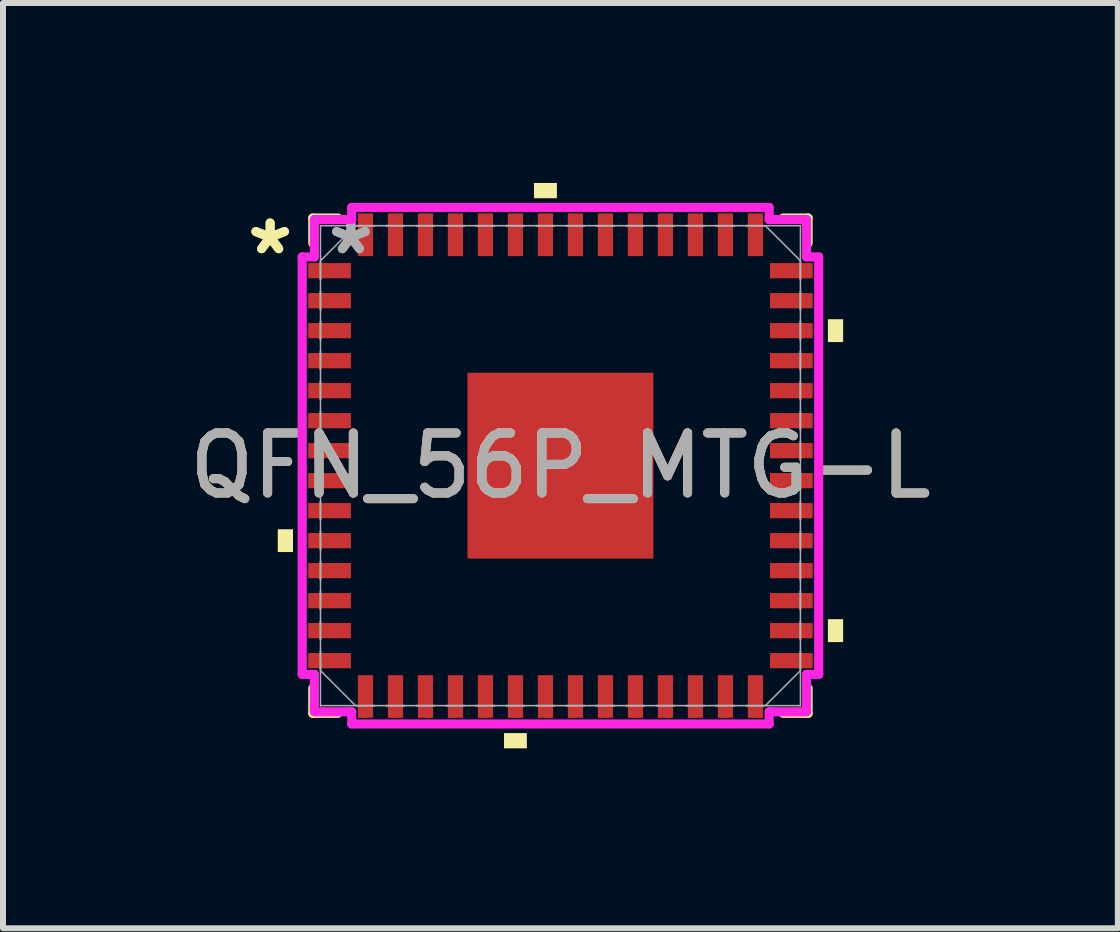
<source format=kicad_pcb>
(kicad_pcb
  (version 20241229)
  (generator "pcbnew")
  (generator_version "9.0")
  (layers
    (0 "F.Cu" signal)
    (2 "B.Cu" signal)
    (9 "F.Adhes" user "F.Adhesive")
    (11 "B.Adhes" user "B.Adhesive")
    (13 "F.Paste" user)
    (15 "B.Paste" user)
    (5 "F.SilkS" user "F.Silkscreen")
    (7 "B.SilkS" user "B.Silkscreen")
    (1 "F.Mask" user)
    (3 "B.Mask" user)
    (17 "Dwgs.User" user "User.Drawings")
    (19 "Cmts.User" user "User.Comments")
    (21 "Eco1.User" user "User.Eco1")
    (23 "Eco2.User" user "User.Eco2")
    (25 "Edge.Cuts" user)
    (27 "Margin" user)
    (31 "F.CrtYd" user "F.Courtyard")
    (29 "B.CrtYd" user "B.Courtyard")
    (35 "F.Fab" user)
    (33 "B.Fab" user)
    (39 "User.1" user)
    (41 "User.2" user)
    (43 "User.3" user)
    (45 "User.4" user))
  (footprint "QFN_56P_MTG-L"
    (layer "F.Cu")
    (at 6.292 4.712)
    (property "Reference" "QFN_56P_MTG-L" (at 0 0 0) (unlocked yes) (layer "F.SilkS") (effects (font (size 1 1) (thickness 0.15))))
    (attr smd)
    (fp_line (start -4.128 -4.128) (end -4.128 -3.71) (stroke (width 0.152) (type solid)) (layer "F.SilkS"))
    (fp_line (start -4.128 3.71) (end -4.128 4.128) (stroke (width 0.152) (type solid)) (layer "F.SilkS"))
    (fp_line (start -4.128 4.128) (end -3.71 4.128) (stroke (width 0.152) (type solid)) (layer "F.SilkS"))
    (fp_line (start -3.71 -4.128) (end -4.128 -4.128) (stroke (width 0.152) (type solid)) (layer "F.SilkS"))
    (fp_line (start 3.71 4.128) (end 4.128 4.128) (stroke (width 0.152) (type solid)) (layer "F.SilkS"))
    (fp_line (start 4.128 -4.128) (end 3.71 -4.128) (stroke (width 0.152) (type solid)) (layer "F.SilkS"))
    (fp_line (start 4.128 -3.71) (end 4.128 -4.128) (stroke (width 0.152) (type solid)) (layer "F.SilkS"))
    (fp_line (start 4.128 4.128) (end 4.128 3.71) (stroke (width 0.152) (type solid)) (layer "F.SilkS"))
    (fp_poly (pts (xy -4.712 1.06) (xy -4.712 1.44) (xy -4.458 1.44) (xy -4.458 1.06)) (stroke (width 0) (type solid)) (fill yes) (layer "F.SilkS"))
    (fp_poly (pts (xy -0.941 4.458) (xy -0.941 4.712) (xy -0.56 4.712) (xy -0.56 4.458)) (stroke (width 0) (type solid)) (fill yes) (layer "F.SilkS"))
    (fp_poly (pts (xy -0.441 -4.458) (xy -0.441 -4.712) (xy -0.059 -4.712) (xy -0.059 -4.458)) (stroke (width 0) (type solid)) (fill yes) (layer "F.SilkS"))
    (fp_poly (pts (xy 4.712 -2.441) (xy 4.712 -2.06) (xy 4.458 -2.06) (xy 4.458 -2.441)) (stroke (width 0) (type solid)) (fill yes) (layer "F.SilkS"))
    (fp_poly (pts (xy 4.712 2.559) (xy 4.712 2.941) (xy 4.458 2.941) (xy 4.458 2.559)) (stroke (width 0) (type solid)) (fill yes) (layer "F.SilkS"))
    (fp_poly (pts (xy -1.449 -1.449) (xy -1.449 -0.1) (xy -0.1 -0.1) (xy -0.1 -1.449)) (stroke (width 0) (type solid)) (fill yes) (layer "F.Paste"))
    (fp_poly (pts (xy -1.449 0.1) (xy -1.449 1.449) (xy -0.1 1.449) (xy -0.1 0.1)) (stroke (width 0) (type solid)) (fill yes) (layer "F.Paste"))
    (fp_poly (pts (xy 0.1 -1.449) (xy 0.1 -0.1) (xy 1.449 -0.1) (xy 1.449 -1.449)) (stroke (width 0) (type solid)) (fill yes) (layer "F.Paste"))
    (fp_poly (pts (xy 0.1 0.1) (xy 0.1 1.449) (xy 1.449 1.449) (xy 1.449 0.1)) (stroke (width 0) (type solid)) (fill yes) (layer "F.Paste"))
    (fp_line (start -4.305 -3.479) (end -4.102 -3.479) (stroke (width 0.152) (type solid)) (layer "F.CrtYd"))
    (fp_line (start -4.305 3.479) (end -4.305 -3.479) (stroke (width 0.152) (type solid)) (layer "F.CrtYd"))
    (fp_line (start -4.102 -4.102) (end -3.479 -4.102) (stroke (width 0.152) (type solid)) (layer "F.CrtYd"))
    (fp_line (start -4.102 -3.479) (end -4.102 -4.102) (stroke (width 0.152) (type solid)) (layer "F.CrtYd"))
    (fp_line (start -4.102 3.479) (end -4.305 3.479) (stroke (width 0.152) (type solid)) (layer "F.CrtYd"))
    (fp_line (start -4.102 4.102) (end -4.102 3.479) (stroke (width 0.152) (type solid)) (layer "F.CrtYd"))
    (fp_line (start -3.479 -4.305) (end 3.479 -4.305) (stroke (width 0.152) (type solid)) (layer "F.CrtYd"))
    (fp_line (start -3.479 -4.102) (end -3.479 -4.305) (stroke (width 0.152) (type solid)) (layer "F.CrtYd"))
    (fp_line (start -3.479 4.102) (end -4.102 4.102) (stroke (width 0.152) (type solid)) (layer "F.CrtYd"))
    (fp_line (start -3.479 4.305) (end -3.479 4.102) (stroke (width 0.152) (type solid)) (layer "F.CrtYd"))
    (fp_line (start 3.479 -4.305) (end 3.479 -4.102) (stroke (width 0.152) (type solid)) (layer "F.CrtYd"))
    (fp_line (start 3.479 -4.102) (end 4.102 -4.102) (stroke (width 0.152) (type solid)) (layer "F.CrtYd"))
    (fp_line (start 3.479 4.102) (end 3.479 4.305) (stroke (width 0.152) (type solid)) (layer "F.CrtYd"))
    (fp_line (start 3.479 4.305) (end -3.479 4.305) (stroke (width 0.152) (type solid)) (layer "F.CrtYd"))
    (fp_line (start 4.102 -4.102) (end 4.102 -3.479) (stroke (width 0.152) (type solid)) (layer "F.CrtYd"))
    (fp_line (start 4.102 -3.479) (end 4.305 -3.479) (stroke (width 0.152) (type solid)) (layer "F.CrtYd"))
    (fp_line (start 4.102 3.479) (end 4.102 4.102) (stroke (width 0.152) (type solid)) (layer "F.CrtYd"))
    (fp_line (start 4.102 4.102) (end 3.479 4.102) (stroke (width 0.152) (type solid)) (layer "F.CrtYd"))
    (fp_line (start 4.305 -3.479) (end 4.305 3.479) (stroke (width 0.152) (type solid)) (layer "F.CrtYd"))
    (fp_line (start 4.305 3.479) (end 4.102 3.479) (stroke (width 0.152) (type solid)) (layer "F.CrtYd"))
    (fp_line (start -4 -4) (end -4 -4) (stroke (width 0.025) (type solid)) (layer "F.Fab"))
    (fp_line (start -4 -4) (end -4 4) (stroke (width 0.025) (type solid)) (layer "F.Fab"))
    (fp_line (start -4 -3.416) (end -3.416 -4) (stroke (width 0.025) (type solid)) (layer "F.Fab"))
    (fp_line (start -4 -3.402) (end -4 -3.402) (stroke (width 0.025) (type solid)) (layer "F.Fab"))
    (fp_line (start -4 -3.402) (end -4 -3.098) (stroke (width 0.025) (type solid)) (layer "F.Fab"))
    (fp_line (start -4 -3.098) (end -4 -3.402) (stroke (width 0.025) (type solid)) (layer "F.Fab"))
    (fp_line (start -4 -3.098) (end -4 -3.098) (stroke (width 0.025) (type solid)) (layer "F.Fab"))
    (fp_line (start -4 -2.902) (end -4 -2.902) (stroke (width 0.025) (type solid)) (layer "F.Fab"))
    (fp_line (start -4 -2.902) (end -4 -2.598) (stroke (width 0.025) (type solid)) (layer "F.Fab"))
    (fp_line (start -4 -2.598) (end -4 -2.902) (stroke (width 0.025) (type solid)) (layer "F.Fab"))
    (fp_line (start -4 -2.598) (end -4 -2.598) (stroke (width 0.025) (type solid)) (layer "F.Fab"))
    (fp_line (start -4 -2.402) (end -4 -2.402) (stroke (width 0.025) (type solid)) (layer "F.Fab"))
    (fp_line (start -4 -2.402) (end -4 -2.098) (stroke (width 0.025) (type solid)) (layer "F.Fab"))
    (fp_line (start -4 -2.098) (end -4 -2.402) (stroke (width 0.025) (type solid)) (layer "F.Fab"))
    (fp_line (start -4 -2.098) (end -4 -2.098) (stroke (width 0.025) (type solid)) (layer "F.Fab"))
    (fp_line (start -4 -1.902) (end -4 -1.902) (stroke (width 0.025) (type solid)) (layer "F.Fab"))
    (fp_line (start -4 -1.902) (end -4 -1.598) (stroke (width 0.025) (type solid)) (layer "F.Fab"))
    (fp_line (start -4 -1.598) (end -4 -1.902) (stroke (width 0.025) (type solid)) (layer "F.Fab"))
    (fp_line (start -4 -1.598) (end -4 -1.598) (stroke (width 0.025) (type solid)) (layer "F.Fab"))
    (fp_line (start -4 -1.402) (end -4 -1.402) (stroke (width 0.025) (type solid)) (layer "F.Fab"))
    (fp_line (start -4 -1.402) (end -4 -1.098) (stroke (width 0.025) (type solid)) (layer "F.Fab"))
    (fp_line (start -4 -1.098) (end -4 -1.402) (stroke (width 0.025) (type solid)) (layer "F.Fab"))
    (fp_line (start -4 -1.098) (end -4 -1.098) (stroke (width 0.025) (type solid)) (layer "F.Fab"))
    (fp_line (start -4 -0.902) (end -4 -0.902) (stroke (width 0.025) (type solid)) (layer "F.Fab"))
    (fp_line (start -4 -0.902) (end -4 -0.598) (stroke (width 0.025) (type solid)) (layer "F.Fab"))
    (fp_line (start -4 -0.598) (end -4 -0.902) (stroke (width 0.025) (type solid)) (layer "F.Fab"))
    (fp_line (start -4 -0.598) (end -4 -0.598) (stroke (width 0.025) (type solid)) (layer "F.Fab"))
    (fp_line (start -4 -0.402) (end -4 -0.402) (stroke (width 0.025) (type solid)) (layer "F.Fab"))
    (fp_line (start -4 -0.402) (end -4 -0.098) (stroke (width 0.025) (type solid)) (layer "F.Fab"))
    (fp_line (start -4 -0.098) (end -4 -0.402) (stroke (width 0.025) (type solid)) (layer "F.Fab"))
    (fp_line (start -4 -0.098) (end -4 -0.098) (stroke (width 0.025) (type solid)) (layer "F.Fab"))
    (fp_line (start -4 0.098) (end -4 0.098) (stroke (width 0.025) (type solid)) (layer "F.Fab"))
    (fp_line (start -4 0.098) (end -4 0.402) (stroke (width 0.025) (type solid)) (layer "F.Fab"))
    (fp_line (start -4 0.402) (end -4 0.098) (stroke (width 0.025) (type solid)) (layer "F.Fab"))
    (fp_line (start -4 0.402) (end -4 0.402) (stroke (width 0.025) (type solid)) (layer "F.Fab"))
    (fp_line (start -4 0.598) (end -4 0.598) (stroke (width 0.025) (type solid)) (layer "F.Fab"))
    (fp_line (start -4 0.598) (end -4 0.902) (stroke (width 0.025) (type solid)) (layer "F.Fab"))
    (fp_line (start -4 0.902) (end -4 0.598) (stroke (width 0.025) (type solid)) (layer "F.Fab"))
    (fp_line (start -4 0.902) (end -4 0.902) (stroke (width 0.025) (type solid)) (layer "F.Fab"))
    (fp_line (start -4 1.098) (end -4 1.098) (stroke (width 0.025) (type solid)) (layer "F.Fab"))
    (fp_line (start -4 1.098) (end -4 1.402) (stroke (width 0.025) (type solid)) (layer "F.Fab"))
    (fp_line (start -4 1.402) (end -4 1.098) (stroke (width 0.025) (type solid)) (layer "F.Fab"))
    (fp_line (start -4 1.402) (end -4 1.402) (stroke (width 0.025) (type solid)) (layer "F.Fab"))
    (fp_line (start -4 1.598) (end -4 1.598) (stroke (width 0.025) (type solid)) (layer "F.Fab"))
    (fp_line (start -4 1.598) (end -4 1.902) (stroke (width 0.025) (type solid)) (layer "F.Fab"))
    (fp_line (start -4 1.902) (end -4 1.598) (stroke (width 0.025) (type solid)) (layer "F.Fab"))
    (fp_line (start -4 1.902) (end -4 1.902) (stroke (width 0.025) (type solid)) (layer "F.Fab"))
    (fp_line (start -4 2.098) (end -4 2.098) (stroke (width 0.025) (type solid)) (layer "F.Fab"))
    (fp_line (start -4 2.098) (end -4 2.402) (stroke (width 0.025) (type solid)) (layer "F.Fab"))
    (fp_line (start -4 2.402) (end -4 2.098) (stroke (width 0.025) (type solid)) (layer "F.Fab"))
    (fp_line (start -4 2.402) (end -4 2.402) (stroke (width 0.025) (type solid)) (layer "F.Fab"))
    (fp_line (start -4 2.598) (end -4 2.598) (stroke (width 0.025) (type solid)) (layer "F.Fab"))
    (fp_line (start -4 2.598) (end -4 2.902) (stroke (width 0.025) (type solid)) (layer "F.Fab"))
    (fp_line (start -4 2.902) (end -4 2.598) (stroke (width 0.025) (type solid)) (layer "F.Fab"))
    (fp_line (start -4 2.902) (end -4 2.902) (stroke (width 0.025) (type solid)) (layer "F.Fab"))
    (fp_line (start -4 3.098) (end -4 3.098) (stroke (width 0.025) (type solid)) (layer "F.Fab"))
    (fp_line (start -4 3.098) (end -4 3.402) (stroke (width 0.025) (type solid)) (layer "F.Fab"))
    (fp_line (start -4 3.402) (end -4 3.098) (stroke (width 0.025) (type solid)) (layer "F.Fab"))
    (fp_line (start -4 3.402) (end -4 3.402) (stroke (width 0.025) (type solid)) (layer "F.Fab"))
    (fp_line (start -4 4) (end -4 4) (stroke (width 0.025) (type solid)) (layer "F.Fab"))
    (fp_line (start -4 4) (end 4 4) (stroke (width 0.025) (type solid)) (layer "F.Fab"))
    (fp_line (start -3.416 4) (end -4 3.416) (stroke (width 0.025) (type solid)) (layer "F.Fab"))
    (fp_line (start -3.402 -4) (end -3.402 -4) (stroke (width 0.025) (type solid)) (layer "F.Fab"))
    (fp_line (start -3.402 -4) (end -3.098 -4) (stroke (width 0.025) (type solid)) (layer "F.Fab"))
    (fp_line (start -3.402 4) (end -3.402 4) (stroke (width 0.025) (type solid)) (layer "F.Fab"))
    (fp_line (start -3.402 4) (end -3.098 4) (stroke (width 0.025) (type solid)) (layer "F.Fab"))
    (fp_line (start -3.098 -4) (end -3.402 -4) (stroke (width 0.025) (type solid)) (layer "F.Fab"))
    (fp_line (start -3.098 -4) (end -3.098 -4) (stroke (width 0.025) (type solid)) (layer "F.Fab"))
    (fp_line (start -3.098 4) (end -3.402 4) (stroke (width 0.025) (type solid)) (layer "F.Fab"))
    (fp_line (start -3.098 4) (end -3.098 4) (stroke (width 0.025) (type solid)) (layer "F.Fab"))
    (fp_line (start -2.902 -4) (end -2.902 -4) (stroke (width 0.025) (type solid)) (layer "F.Fab"))
    (fp_line (start -2.902 -4) (end -2.598 -4) (stroke (width 0.025) (type solid)) (layer "F.Fab"))
    (fp_line (start -2.902 4) (end -2.902 4) (stroke (width 0.025) (type solid)) (layer "F.Fab"))
    (fp_line (start -2.902 4) (end -2.598 4) (stroke (width 0.025) (type solid)) (layer "F.Fab"))
    (fp_line (start -2.598 -4) (end -2.902 -4) (stroke (width 0.025) (type solid)) (layer "F.Fab"))
    (fp_line (start -2.598 -4) (end -2.598 -4) (stroke (width 0.025) (type solid)) (layer "F.Fab"))
    (fp_line (start -2.598 4) (end -2.902 4) (stroke (width 0.025) (type solid)) (layer "F.Fab"))
    (fp_line (start -2.598 4) (end -2.598 4) (stroke (width 0.025) (type solid)) (layer "F.Fab"))
    (fp_line (start -2.402 -4) (end -2.402 -4) (stroke (width 0.025) (type solid)) (layer "F.Fab"))
    (fp_line (start -2.402 -4) (end -2.098 -4) (stroke (width 0.025) (type solid)) (layer "F.Fab"))
    (fp_line (start -2.402 4) (end -2.402 4) (stroke (width 0.025) (type solid)) (layer "F.Fab"))
    (fp_line (start -2.402 4) (end -2.098 4) (stroke (width 0.025) (type solid)) (layer "F.Fab"))
    (fp_line (start -2.098 -4) (end -2.402 -4) (stroke (width 0.025) (type solid)) (layer "F.Fab"))
    (fp_line (start -2.098 -4) (end -2.098 -4) (stroke (width 0.025) (type solid)) (layer "F.Fab"))
    (fp_line (start -2.098 4) (end -2.402 4) (stroke (width 0.025) (type solid)) (layer "F.Fab"))
    (fp_line (start -2.098 4) (end -2.098 4) (stroke (width 0.025) (type solid)) (layer "F.Fab"))
    (fp_line (start -1.902 -4) (end -1.902 -4) (stroke (width 0.025) (type solid)) (layer "F.Fab"))
    (fp_line (start -1.902 -4) (end -1.598 -4) (stroke (width 0.025) (type solid)) (layer "F.Fab"))
    (fp_line (start -1.902 4) (end -1.902 4) (stroke (width 0.025) (type solid)) (layer "F.Fab"))
    (fp_line (start -1.902 4) (end -1.598 4) (stroke (width 0.025) (type solid)) (layer "F.Fab"))
    (fp_line (start -1.598 -4) (end -1.902 -4) (stroke (width 0.025) (type solid)) (layer "F.Fab"))
    (fp_line (start -1.598 -4) (end -1.598 -4) (stroke (width 0.025) (type solid)) (layer "F.Fab"))
    (fp_line (start -1.598 4) (end -1.902 4) (stroke (width 0.025) (type solid)) (layer "F.Fab"))
    (fp_line (start -1.598 4) (end -1.598 4) (stroke (width 0.025) (type solid)) (layer "F.Fab"))
    (fp_line (start -1.402 -4) (end -1.402 -4) (stroke (width 0.025) (type solid)) (layer "F.Fab"))
    (fp_line (start -1.402 -4) (end -1.098 -4) (stroke (width 0.025) (type solid)) (layer "F.Fab"))
    (fp_line (start -1.402 4) (end -1.402 4) (stroke (width 0.025) (type solid)) (layer "F.Fab"))
    (fp_line (start -1.402 4) (end -1.098 4) (stroke (width 0.025) (type solid)) (layer "F.Fab"))
    (fp_line (start -1.098 -4) (end -1.402 -4) (stroke (width 0.025) (type solid)) (layer "F.Fab"))
    (fp_line (start -1.098 -4) (end -1.098 -4) (stroke (width 0.025) (type solid)) (layer "F.Fab"))
    (fp_line (start -1.098 4) (end -1.402 4) (stroke (width 0.025) (type solid)) (layer "F.Fab"))
    (fp_line (start -1.098 4) (end -1.098 4) (stroke (width 0.025) (type solid)) (layer "F.Fab"))
    (fp_line (start -0.902 -4) (end -0.902 -4) (stroke (width 0.025) (type solid)) (layer "F.Fab"))
    (fp_line (start -0.902 -4) (end -0.598 -4) (stroke (width 0.025) (type solid)) (layer "F.Fab"))
    (fp_line (start -0.902 4) (end -0.902 4) (stroke (width 0.025) (type solid)) (layer "F.Fab"))
    (fp_line (start -0.902 4) (end -0.598 4) (stroke (width 0.025) (type solid)) (layer "F.Fab"))
    (fp_line (start -0.598 -4) (end -0.902 -4) (stroke (width 0.025) (type solid)) (layer "F.Fab"))
    (fp_line (start -0.598 -4) (end -0.598 -4) (stroke (width 0.025) (type solid)) (layer "F.Fab"))
    (fp_line (start -0.598 4) (end -0.902 4) (stroke (width 0.025) (type solid)) (layer "F.Fab"))
    (fp_line (start -0.598 4) (end -0.598 4) (stroke (width 0.025) (type solid)) (layer "F.Fab"))
    (fp_line (start -0.402 -4) (end -0.402 -4) (stroke (width 0.025) (type solid)) (layer "F.Fab"))
    (fp_line (start -0.402 -4) (end -0.098 -4) (stroke (width 0.025) (type solid)) (layer "F.Fab"))
    (fp_line (start -0.402 4) (end -0.402 4) (stroke (width 0.025) (type solid)) (layer "F.Fab"))
    (fp_line (start -0.402 4) (end -0.098 4) (stroke (width 0.025) (type solid)) (layer "F.Fab"))
    (fp_line (start -0.098 -4) (end -0.402 -4) (stroke (width 0.025) (type solid)) (layer "F.Fab"))
    (fp_line (start -0.098 -4) (end -0.098 -4) (stroke (width 0.025) (type solid)) (layer "F.Fab"))
    (fp_line (start -0.098 4) (end -0.402 4) (stroke (width 0.025) (type solid)) (layer "F.Fab"))
    (fp_line (start -0.098 4) (end -0.098 4) (stroke (width 0.025) (type solid)) (layer "F.Fab"))
    (fp_line (start 0.098 -4) (end 0.098 -4) (stroke (width 0.025) (type solid)) (layer "F.Fab"))
    (fp_line (start 0.098 -4) (end 0.402 -4) (stroke (width 0.025) (type solid)) (layer "F.Fab"))
    (fp_line (start 0.098 4) (end 0.098 4) (stroke (width 0.025) (type solid)) (layer "F.Fab"))
    (fp_line (start 0.098 4) (end 0.402 4) (stroke (width 0.025) (type solid)) (layer "F.Fab"))
    (fp_line (start 0.402 -4) (end 0.098 -4) (stroke (width 0.025) (type solid)) (layer "F.Fab"))
    (fp_line (start 0.402 -4) (end 0.402 -4) (stroke (width 0.025) (type solid)) (layer "F.Fab"))
    (fp_line (start 0.402 4) (end 0.098 4) (stroke (width 0.025) (type solid)) (layer "F.Fab"))
    (fp_line (start 0.402 4) (end 0.402 4) (stroke (width 0.025) (type solid)) (layer "F.Fab"))
    (fp_line (start 0.598 -4) (end 0.598 -4) (stroke (width 0.025) (type solid)) (layer "F.Fab"))
    (fp_line (start 0.598 -4) (end 0.902 -4) (stroke (width 0.025) (type solid)) (layer "F.Fab"))
    (fp_line (start 0.598 4) (end 0.598 4) (stroke (width 0.025) (type solid)) (layer "F.Fab"))
    (fp_line (start 0.598 4) (end 0.902 4) (stroke (width 0.025) (type solid)) (layer "F.Fab"))
    (fp_line (start 0.902 -4) (end 0.598 -4) (stroke (width 0.025) (type solid)) (layer "F.Fab"))
    (fp_line (start 0.902 -4) (end 0.902 -4) (stroke (width 0.025) (type solid)) (layer "F.Fab"))
    (fp_line (start 0.902 4) (end 0.598 4) (stroke (width 0.025) (type solid)) (layer "F.Fab"))
    (fp_line (start 0.902 4) (end 0.902 4) (stroke (width 0.025) (type solid)) (layer "F.Fab"))
    (fp_line (start 1.098 -4) (end 1.098 -4) (stroke (width 0.025) (type solid)) (layer "F.Fab"))
    (fp_line (start 1.098 -4) (end 1.402 -4) (stroke (width 0.025) (type solid)) (layer "F.Fab"))
    (fp_line (start 1.098 4) (end 1.098 4) (stroke (width 0.025) (type solid)) (layer "F.Fab"))
    (fp_line (start 1.098 4) (end 1.402 4) (stroke (width 0.025) (type solid)) (layer "F.Fab"))
    (fp_line (start 1.402 -4) (end 1.098 -4) (stroke (width 0.025) (type solid)) (layer "F.Fab"))
    (fp_line (start 1.402 -4) (end 1.402 -4) (stroke (width 0.025) (type solid)) (layer "F.Fab"))
    (fp_line (start 1.402 4) (end 1.098 4) (stroke (width 0.025) (type solid)) (layer "F.Fab"))
    (fp_line (start 1.402 4) (end 1.402 4) (stroke (width 0.025) (type solid)) (layer "F.Fab"))
    (fp_line (start 1.598 -4) (end 1.598 -4) (stroke (width 0.025) (type solid)) (layer "F.Fab"))
    (fp_line (start 1.598 -4) (end 1.902 -4) (stroke (width 0.025) (type solid)) (layer "F.Fab"))
    (fp_line (start 1.598 4) (end 1.598 4) (stroke (width 0.025) (type solid)) (layer "F.Fab"))
    (fp_line (start 1.598 4) (end 1.902 4) (stroke (width 0.025) (type solid)) (layer "F.Fab"))
    (fp_line (start 1.902 -4) (end 1.598 -4) (stroke (width 0.025) (type solid)) (layer "F.Fab"))
    (fp_line (start 1.902 -4) (end 1.902 -4) (stroke (width 0.025) (type solid)) (layer "F.Fab"))
    (fp_line (start 1.902 4) (end 1.598 4) (stroke (width 0.025) (type solid)) (layer "F.Fab"))
    (fp_line (start 1.902 4) (end 1.902 4) (stroke (width 0.025) (type solid)) (layer "F.Fab"))
    (fp_line (start 2.098 -4) (end 2.098 -4) (stroke (width 0.025) (type solid)) (layer "F.Fab"))
    (fp_line (start 2.098 -4) (end 2.402 -4) (stroke (width 0.025) (type solid)) (layer "F.Fab"))
    (fp_line (start 2.098 4) (end 2.098 4) (stroke (width 0.025) (type solid)) (layer "F.Fab"))
    (fp_line (start 2.098 4) (end 2.402 4) (stroke (width 0.025) (type solid)) (layer "F.Fab"))
    (fp_line (start 2.402 -4) (end 2.098 -4) (stroke (width 0.025) (type solid)) (layer "F.Fab"))
    (fp_line (start 2.402 -4) (end 2.402 -4) (stroke (width 0.025) (type solid)) (layer "F.Fab"))
    (fp_line (start 2.402 4) (end 2.098 4) (stroke (width 0.025) (type solid)) (layer "F.Fab"))
    (fp_line (start 2.402 4) (end 2.402 4) (stroke (width 0.025) (type solid)) (layer "F.Fab"))
    (fp_line (start 2.598 -4) (end 2.598 -4) (stroke (width 0.025) (type solid)) (layer "F.Fab"))
    (fp_line (start 2.598 -4) (end 2.902 -4) (stroke (width 0.025) (type solid)) (layer "F.Fab"))
    (fp_line (start 2.598 4) (end 2.598 4) (stroke (width 0.025) (type solid)) (layer "F.Fab"))
    (fp_line (start 2.598 4) (end 2.902 4) (stroke (width 0.025) (type solid)) (layer "F.Fab"))
    (fp_line (start 2.902 -4) (end 2.598 -4) (stroke (width 0.025) (type solid)) (layer "F.Fab"))
    (fp_line (start 2.902 -4) (end 2.902 -4) (stroke (width 0.025) (type solid)) (layer "F.Fab"))
    (fp_line (start 2.902 4) (end 2.598 4) (stroke (width 0.025) (type solid)) (layer "F.Fab"))
    (fp_line (start 2.902 4) (end 2.902 4) (stroke (width 0.025) (type solid)) (layer "F.Fab"))
    (fp_line (start 3.098 -4) (end 3.098 -4) (stroke (width 0.025) (type solid)) (layer "F.Fab"))
    (fp_line (start 3.098 -4) (end 3.402 -4) (stroke (width 0.025) (type solid)) (layer "F.Fab"))
    (fp_line (start 3.098 4) (end 3.098 4) (stroke (width 0.025) (type solid)) (layer "F.Fab"))
    (fp_line (start 3.098 4) (end 3.402 4) (stroke (width 0.025) (type solid)) (layer "F.Fab"))
    (fp_line (start 3.402 -4) (end 3.098 -4) (stroke (width 0.025) (type solid)) (layer "F.Fab"))
    (fp_line (start 3.402 -4) (end 3.402 -4) (stroke (width 0.025) (type solid)) (layer "F.Fab"))
    (fp_line (start 3.402 4) (end 3.098 4) (stroke (width 0.025) (type solid)) (layer "F.Fab"))
    (fp_line (start 3.402 4) (end 3.402 4) (stroke (width 0.025) (type solid)) (layer "F.Fab"))
    (fp_line (start 3.416 -4) (end 4 -3.416) (stroke (width 0.025) (type solid)) (layer "F.Fab"))
    (fp_line (start 3.416 4) (end 4 3.416) (stroke (width 0.025) (type solid)) (layer "F.Fab"))
    (fp_line (start 4 -4) (end -4 -4) (stroke (width 0.025) (type solid)) (layer "F.Fab"))
    (fp_line (start 4 -4) (end 4 -4) (stroke (width 0.025) (type solid)) (layer "F.Fab"))
    (fp_line (start 4 -3.402) (end 4 -3.402) (stroke (width 0.025) (type solid)) (layer "F.Fab"))
    (fp_line (start 4 -3.402) (end 4 -3.098) (stroke (width 0.025) (type solid)) (layer "F.Fab"))
    (fp_line (start 4 -3.098) (end 4 -3.402) (stroke (width 0.025) (type solid)) (layer "F.Fab"))
    (fp_line (start 4 -3.098) (end 4 -3.098) (stroke (width 0.025) (type solid)) (layer "F.Fab"))
    (fp_line (start 4 -2.902) (end 4 -2.902) (stroke (width 0.025) (type solid)) (layer "F.Fab"))
    (fp_line (start 4 -2.902) (end 4 -2.598) (stroke (width 0.025) (type solid)) (layer "F.Fab"))
    (fp_line (start 4 -2.598) (end 4 -2.902) (stroke (width 0.025) (type solid)) (layer "F.Fab"))
    (fp_line (start 4 -2.598) (end 4 -2.598) (stroke (width 0.025) (type solid)) (layer "F.Fab"))
    (fp_line (start 4 -2.402) (end 4 -2.402) (stroke (width 0.025) (type solid)) (layer "F.Fab"))
    (fp_line (start 4 -2.402) (end 4 -2.098) (stroke (width 0.025) (type solid)) (layer "F.Fab"))
    (fp_line (start 4 -2.098) (end 4 -2.402) (stroke (width 0.025) (type solid)) (layer "F.Fab"))
    (fp_line (start 4 -2.098) (end 4 -2.098) (stroke (width 0.025) (type solid)) (layer "F.Fab"))
    (fp_line (start 4 -1.902) (end 4 -1.902) (stroke (width 0.025) (type solid)) (layer "F.Fab"))
    (fp_line (start 4 -1.902) (end 4 -1.598) (stroke (width 0.025) (type solid)) (layer "F.Fab"))
    (fp_line (start 4 -1.598) (end 4 -1.902) (stroke (width 0.025) (type solid)) (layer "F.Fab"))
    (fp_line (start 4 -1.598) (end 4 -1.598) (stroke (width 0.025) (type solid)) (layer "F.Fab"))
    (fp_line (start 4 -1.402) (end 4 -1.402) (stroke (width 0.025) (type solid)) (layer "F.Fab"))
    (fp_line (start 4 -1.402) (end 4 -1.098) (stroke (width 0.025) (type solid)) (layer "F.Fab"))
    (fp_line (start 4 -1.098) (end 4 -1.402) (stroke (width 0.025) (type solid)) (layer "F.Fab"))
    (fp_line (start 4 -1.098) (end 4 -1.098) (stroke (width 0.025) (type solid)) (layer "F.Fab"))
    (fp_line (start 4 -0.902) (end 4 -0.902) (stroke (width 0.025) (type solid)) (layer "F.Fab"))
    (fp_line (start 4 -0.902) (end 4 -0.598) (stroke (width 0.025) (type solid)) (layer "F.Fab"))
    (fp_line (start 4 -0.598) (end 4 -0.902) (stroke (width 0.025) (type solid)) (layer "F.Fab"))
    (fp_line (start 4 -0.598) (end 4 -0.598) (stroke (width 0.025) (type solid)) (layer "F.Fab"))
    (fp_line (start 4 -0.402) (end 4 -0.402) (stroke (width 0.025) (type solid)) (layer "F.Fab"))
    (fp_line (start 4 -0.402) (end 4 -0.098) (stroke (width 0.025) (type solid)) (layer "F.Fab"))
    (fp_line (start 4 -0.098) (end 4 -0.402) (stroke (width 0.025) (type solid)) (layer "F.Fab"))
    (fp_line (start 4 -0.098) (end 4 -0.098) (stroke (width 0.025) (type solid)) (layer "F.Fab"))
    (fp_line (start 4 0.098) (end 4 0.098) (stroke (width 0.025) (type solid)) (layer "F.Fab"))
    (fp_line (start 4 0.098) (end 4 0.402) (stroke (width 0.025) (type solid)) (layer "F.Fab"))
    (fp_line (start 4 0.402) (end 4 0.098) (stroke (width 0.025) (type solid)) (layer "F.Fab"))
    (fp_line (start 4 0.402) (end 4 0.402) (stroke (width 0.025) (type solid)) (layer "F.Fab"))
    (fp_line (start 4 0.598) (end 4 0.598) (stroke (width 0.025) (type solid)) (layer "F.Fab"))
    (fp_line (start 4 0.598) (end 4 0.902) (stroke (width 0.025) (type solid)) (layer "F.Fab"))
    (fp_line (start 4 0.902) (end 4 0.598) (stroke (width 0.025) (type solid)) (layer "F.Fab"))
    (fp_line (start 4 0.902) (end 4 0.902) (stroke (width 0.025) (type solid)) (layer "F.Fab"))
    (fp_line (start 4 1.098) (end 4 1.098) (stroke (width 0.025) (type solid)) (layer "F.Fab"))
    (fp_line (start 4 1.098) (end 4 1.402) (stroke (width 0.025) (type solid)) (layer "F.Fab"))
    (fp_line (start 4 1.402) (end 4 1.098) (stroke (width 0.025) (type solid)) (layer "F.Fab"))
    (fp_line (start 4 1.402) (end 4 1.402) (stroke (width 0.025) (type solid)) (layer "F.Fab"))
    (fp_line (start 4 1.598) (end 4 1.598) (stroke (width 0.025) (type solid)) (layer "F.Fab"))
    (fp_line (start 4 1.598) (end 4 1.902) (stroke (width 0.025) (type solid)) (layer "F.Fab"))
    (fp_line (start 4 1.902) (end 4 1.598) (stroke (width 0.025) (type solid)) (layer "F.Fab"))
    (fp_line (start 4 1.902) (end 4 1.902) (stroke (width 0.025) (type solid)) (layer "F.Fab"))
    (fp_line (start 4 2.098) (end 4 2.098) (stroke (width 0.025) (type solid)) (layer "F.Fab"))
    (fp_line (start 4 2.098) (end 4 2.402) (stroke (width 0.025) (type solid)) (layer "F.Fab"))
    (fp_line (start 4 2.402) (end 4 2.098) (stroke (width 0.025) (type solid)) (layer "F.Fab"))
    (fp_line (start 4 2.402) (end 4 2.402) (stroke (width 0.025) (type solid)) (layer "F.Fab"))
    (fp_line (start 4 2.598) (end 4 2.598) (stroke (width 0.025) (type solid)) (layer "F.Fab"))
    (fp_line (start 4 2.598) (end 4 2.902) (stroke (width 0.025) (type solid)) (layer "F.Fab"))
    (fp_line (start 4 2.902) (end 4 2.598) (stroke (width 0.025) (type solid)) (layer "F.Fab"))
    (fp_line (start 4 2.902) (end 4 2.902) (stroke (width 0.025) (type solid)) (layer "F.Fab"))
    (fp_line (start 4 3.098) (end 4 3.098) (stroke (width 0.025) (type solid)) (layer "F.Fab"))
    (fp_line (start 4 3.098) (end 4 3.402) (stroke (width 0.025) (type solid)) (layer "F.Fab"))
    (fp_line (start 4 3.402) (end 4 3.098) (stroke (width 0.025) (type solid)) (layer "F.Fab"))
    (fp_line (start 4 3.402) (end 4 3.402) (stroke (width 0.025) (type solid)) (layer "F.Fab"))
    (fp_line (start 4 4) (end 4 -4) (stroke (width 0.025) (type solid)) (layer "F.Fab"))
    (fp_line (start 4 4) (end 4 4) (stroke (width 0.025) (type solid)) (layer "F.Fab"))
    (fp_text user "*" (at -4.839 -3.5 0) (layer "F.SilkS") (effects (font (size 1 1) (thickness 0.15))))
    (fp_text user "*" (at -4.839 -3.5 0) (unlocked yes) (layer "F.SilkS") (effects (font (size 1 1) (thickness 0.15))))
    (fp_text user "*" (at -3.493 -3.5 0) (unlocked yes) (layer "F.Fab") (effects (font (size 1 1) (thickness 0.15))))
    (fp_text user "*" (at -3.493 -3.5 0) (layer "F.Fab") (effects (font (size 1 1) (thickness 0.15))))
    (fp_text user "${REFERENCE}" (at 0 0 0) (unlocked yes) (layer "F.Fab") (effects (font (size 1 1) (thickness 0.15))))
    (pad "1" smd rect (at -3.848 -3.25 90) (size 0.254 0.711) (layers "F.Cu" "F.Mask" "F.Paste"))
    (pad "2" smd rect (at -3.848 -2.75 90) (size 0.254 0.711) (layers "F.Cu" "F.Mask" "F.Paste"))
    (pad "3" smd rect (at -3.848 -2.25 90) (size 0.254 0.711) (layers "F.Cu" "F.Mask" "F.Paste"))
    (pad "4" smd rect (at -3.848 -1.75 90) (size 0.254 0.711) (layers "F.Cu" "F.Mask" "F.Paste"))
    (pad "5" smd rect (at -3.848 -1.25 90) (size 0.254 0.711) (layers "F.Cu" "F.Mask" "F.Paste"))
    (pad "6" smd rect (at -3.848 -0.75 90) (size 0.254 0.711) (layers "F.Cu" "F.Mask" "F.Paste"))
    (pad "7" smd rect (at -3.848 -0.25 90) (size 0.254 0.711) (layers "F.Cu" "F.Mask" "F.Paste"))
    (pad "8" smd rect (at -3.848 0.25 90) (size 0.254 0.711) (layers "F.Cu" "F.Mask" "F.Paste"))
    (pad "9" smd rect (at -3.848 0.75 90) (size 0.254 0.711) (layers "F.Cu" "F.Mask" "F.Paste"))
    (pad "10" smd rect (at -3.848 1.25 90) (size 0.254 0.711) (layers "F.Cu" "F.Mask" "F.Paste"))
    (pad "11" smd rect (at -3.848 1.75 90) (size 0.254 0.711) (layers "F.Cu" "F.Mask" "F.Paste"))
    (pad "12" smd rect (at -3.848 2.25 90) (size 0.254 0.711) (layers "F.Cu" "F.Mask" "F.Paste"))
    (pad "13" smd rect (at -3.848 2.75 90) (size 0.254 0.711) (layers "F.Cu" "F.Mask" "F.Paste"))
    (pad "14" smd rect (at -3.848 3.25 90) (size 0.254 0.711) (layers "F.Cu" "F.Mask" "F.Paste"))
    (pad "15" smd rect (at -3.25 3.848) (size 0.254 0.711) (layers "F.Cu" "F.Mask" "F.Paste"))
    (pad "16" smd rect (at -2.75 3.848) (size 0.254 0.711) (layers "F.Cu" "F.Mask" "F.Paste"))
    (pad "17" smd rect (at -2.25 3.848) (size 0.254 0.711) (layers "F.Cu" "F.Mask" "F.Paste"))
    (pad "18" smd rect (at -1.75 3.848) (size 0.254 0.711) (layers "F.Cu" "F.Mask" "F.Paste"))
    (pad "19" smd rect (at -1.25 3.848) (size 0.254 0.711) (layers "F.Cu" "F.Mask" "F.Paste"))
    (pad "20" smd rect (at -0.75 3.848) (size 0.254 0.711) (layers "F.Cu" "F.Mask" "F.Paste"))
    (pad "21" smd rect (at -0.25 3.848) (size 0.254 0.711) (layers "F.Cu" "F.Mask" "F.Paste"))
    (pad "22" smd rect (at 0.25 3.848) (size 0.254 0.711) (layers "F.Cu" "F.Mask" "F.Paste"))
    (pad "23" smd rect (at 0.75 3.848) (size 0.254 0.711) (layers "F.Cu" "F.Mask" "F.Paste"))
    (pad "24" smd rect (at 1.25 3.848) (size 0.254 0.711) (layers "F.Cu" "F.Mask" "F.Paste"))
    (pad "25" smd rect (at 1.75 3.848) (size 0.254 0.711) (layers "F.Cu" "F.Mask" "F.Paste"))
    (pad "26" smd rect (at 2.25 3.848) (size 0.254 0.711) (layers "F.Cu" "F.Mask" "F.Paste"))
    (pad "27" smd rect (at 2.75 3.848) (size 0.254 0.711) (layers "F.Cu" "F.Mask" "F.Paste"))
    (pad "28" smd rect (at 3.25 3.848) (size 0.254 0.711) (layers "F.Cu" "F.Mask" "F.Paste"))
    (pad "29" smd rect (at 3.848 3.25 90) (size 0.254 0.711) (layers "F.Cu" "F.Mask" "F.Paste"))
    (pad "30" smd rect (at 3.848 2.75 90) (size 0.254 0.711) (layers "F.Cu" "F.Mask" "F.Paste"))
    (pad "31" smd rect (at 3.848 2.25 90) (size 0.254 0.711) (layers "F.Cu" "F.Mask" "F.Paste"))
    (pad "32" smd rect (at 3.848 1.75 90) (size 0.254 0.711) (layers "F.Cu" "F.Mask" "F.Paste"))
    (pad "33" smd rect (at 3.848 1.25 90) (size 0.254 0.711) (layers "F.Cu" "F.Mask" "F.Paste"))
    (pad "34" smd rect (at 3.848 0.75 90) (size 0.254 0.711) (layers "F.Cu" "F.Mask" "F.Paste"))
    (pad "35" smd rect (at 3.848 0.25 90) (size 0.254 0.711) (layers "F.Cu" "F.Mask" "F.Paste"))
    (pad "36" smd rect (at 3.848 -0.25 90) (size 0.254 0.711) (layers "F.Cu" "F.Mask" "F.Paste"))
    (pad "37" smd rect (at 3.848 -0.75 90) (size 0.254 0.711) (layers "F.Cu" "F.Mask" "F.Paste"))
    (pad "38" smd rect (at 3.848 -1.25 90) (size 0.254 0.711) (layers "F.Cu" "F.Mask" "F.Paste"))
    (pad "39" smd rect (at 3.848 -1.75 90) (size 0.254 0.711) (layers "F.Cu" "F.Mask" "F.Paste"))
    (pad "40" smd rect (at 3.848 -2.25 90) (size 0.254 0.711) (layers "F.Cu" "F.Mask" "F.Paste"))
    (pad "41" smd rect (at 3.848 -2.75 90) (size 0.254 0.711) (layers "F.Cu" "F.Mask" "F.Paste"))
    (pad "42" smd rect (at 3.848 -3.25 90) (size 0.254 0.711) (layers "F.Cu" "F.Mask" "F.Paste"))
    (pad "43" smd rect (at 3.25 -3.848) (size 0.254 0.711) (layers "F.Cu" "F.Mask" "F.Paste"))
    (pad "44" smd rect (at 2.75 -3.848) (size 0.254 0.711) (layers "F.Cu" "F.Mask" "F.Paste"))
    (pad "45" smd rect (at 2.25 -3.848) (size 0.254 0.711) (layers "F.Cu" "F.Mask" "F.Paste"))
    (pad "46" smd rect (at 1.75 -3.848) (size 0.254 0.711) (layers "F.Cu" "F.Mask" "F.Paste"))
    (pad "47" smd rect (at 1.25 -3.848) (size 0.254 0.711) (layers "F.Cu" "F.Mask" "F.Paste"))
    (pad "48" smd rect (at 0.75 -3.848) (size 0.254 0.711) (layers "F.Cu" "F.Mask" "F.Paste"))
    (pad "49" smd rect (at 0.25 -3.848) (size 0.254 0.711) (layers "F.Cu" "F.Mask" "F.Paste"))
    (pad "50" smd rect (at -0.25 -3.848) (size 0.254 0.711) (layers "F.Cu" "F.Mask" "F.Paste"))
    (pad "51" smd rect (at -0.75 -3.848) (size 0.254 0.711) (layers "F.Cu" "F.Mask" "F.Paste"))
    (pad "52" smd rect (at -1.25 -3.848) (size 0.254 0.711) (layers "F.Cu" "F.Mask" "F.Paste"))
    (pad "53" smd rect (at -1.75 -3.848) (size 0.254 0.711) (layers "F.Cu" "F.Mask" "F.Paste"))
    (pad "54" smd rect (at -2.25 -3.848) (size 0.254 0.711) (layers "F.Cu" "F.Mask" "F.Paste"))
    (pad "55" smd rect (at -2.75 -3.848) (size 0.254 0.711) (layers "F.Cu" "F.Mask" "F.Paste"))
    (pad "56" smd rect (at -3.25 -3.848) (size 0.254 0.711) (layers "F.Cu" "F.Mask" "F.Paste"))
    (pad "57" smd rect (at 0 0) (size 3.099 3.099) (layers "F.Cu" "F.Mask" "F.Paste")))
  (gr_rect
    (start -3 -3)
    (end 15.583 12.423)
    (stroke (width 0.1) (type default))
    (fill no)
    (layer "Edge.Cuts")))
</source>
